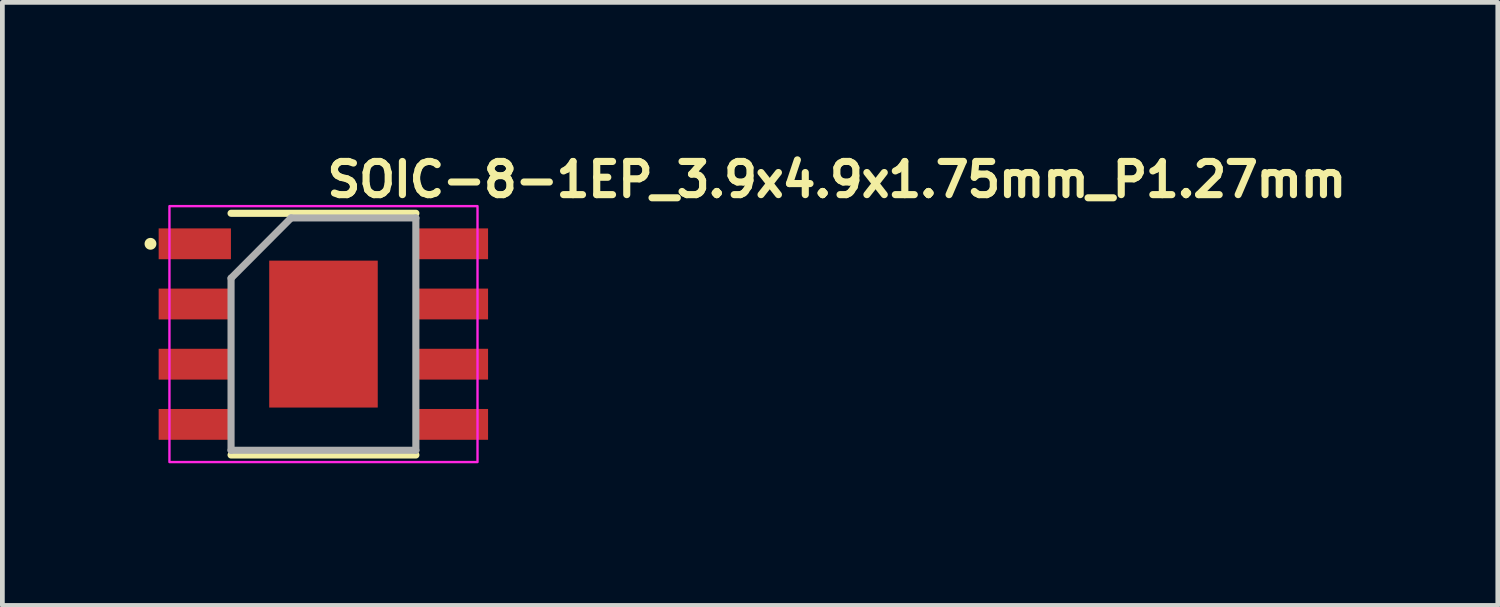
<source format=kicad_pcb>
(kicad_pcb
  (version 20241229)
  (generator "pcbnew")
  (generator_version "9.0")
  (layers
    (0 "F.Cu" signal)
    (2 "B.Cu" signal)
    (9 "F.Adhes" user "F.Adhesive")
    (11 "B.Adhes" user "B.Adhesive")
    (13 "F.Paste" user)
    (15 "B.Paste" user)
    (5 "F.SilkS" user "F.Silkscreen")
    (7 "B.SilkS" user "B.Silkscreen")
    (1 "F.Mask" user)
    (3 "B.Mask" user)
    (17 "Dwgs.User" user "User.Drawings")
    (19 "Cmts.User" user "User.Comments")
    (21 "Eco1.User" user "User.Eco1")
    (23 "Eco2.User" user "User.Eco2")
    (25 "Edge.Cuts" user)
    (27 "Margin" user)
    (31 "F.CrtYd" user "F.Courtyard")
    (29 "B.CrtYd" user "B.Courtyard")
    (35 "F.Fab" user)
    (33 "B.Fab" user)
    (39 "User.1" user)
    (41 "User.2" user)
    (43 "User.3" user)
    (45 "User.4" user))
  (footprint "SOIC-8-1EP_3.9x4.9x1.75mm_P1.27mm"
    (layer "F.Cu")
    (at 3.775 3.999)
    (property "Reference" "SOIC-8-1EP_3.9x4.9x1.75mm_P1.27mm" (at 0 -2.849 0) (layer "F.SilkS") (effects (font (size 0.7 0.7) (thickness 0.15)) (justify left bottom)))
    (attr smd)
    (fp_line (start 1.95 -2.549) (end -1.95 -2.549) (stroke (width 0.15) (type solid)) (layer "F.SilkS"))
    (fp_line (start 1.95 2.551) (end -1.95 2.551) (stroke (width 0.15) (type solid)) (layer "F.SilkS"))
    (fp_circle (center -3.65 -1.905) (end -3.6 -1.905) (stroke (width 0.15) (type solid)) (fill yes) (layer "F.SilkS"))
    (fp_rect (start -3.25 -2.7) (end 3.25 2.7) (stroke (width 0.05) (type solid)) (fill no) (layer "F.CrtYd"))
    (fp_line (start -1.95 -1.179) (end -0.683 -2.451) (stroke (width 0.15) (type solid)) (layer "F.Fab"))
    (fp_line (start -1.95 2.451) (end -1.95 -1.179) (stroke (width 0.15) (type solid)) (layer "F.Fab"))
    (fp_line (start -0.683 -2.451) (end 1.949 -2.451) (stroke (width 0.15) (type solid)) (layer "F.Fab"))
    (fp_line (start 1.949 -2.451) (end 1.949 2.451) (stroke (width 0.15) (type solid)) (layer "F.Fab"))
    (fp_line (start 1.949 2.451) (end -1.95 2.451) (stroke (width 0.15) (type solid)) (layer "F.Fab"))
    (fp_rect (start -3 -2.451) (end 2.999 2.451) (stroke (width 0.1) (type solid)) (fill no) (layer "User.5"))
    (fp_line (start -3 -2.109) (end -2.753 -2.109) (stroke (width 0.02) (type solid)) (layer "User.9"))
    (fp_line (start -3 -1.699) (end -3 -2.109) (stroke (width 0.02) (type solid)) (layer "User.9"))
    (fp_line (start -3 -1.699) (end -2.753 -1.699) (stroke (width 0.02) (type solid)) (layer "User.9"))
    (fp_line (start -3 -0.839) (end -2.753 -0.839) (stroke (width 0.02) (type solid)) (layer "User.9"))
    (fp_line (start -3 -0.429) (end -3 -0.839) (stroke (width 0.02) (type solid)) (layer "User.9"))
    (fp_line (start -3 -0.429) (end -2.753 -0.429) (stroke (width 0.02) (type solid)) (layer "User.9"))
    (fp_line (start -3 0.429) (end -2.753 0.429) (stroke (width 0.02) (type solid)) (layer "User.9"))
    (fp_line (start -3 0.839) (end -3 0.429) (stroke (width 0.02) (type solid)) (layer "User.9"))
    (fp_line (start -3 0.839) (end -2.753 0.839) (stroke (width 0.02) (type solid)) (layer "User.9"))
    (fp_line (start -3 1.7) (end -2.753 1.7) (stroke (width 0.02) (type solid)) (layer "User.9"))
    (fp_line (start -3 2.109) (end -3 1.7) (stroke (width 0.02) (type solid)) (layer "User.9"))
    (fp_line (start -3 2.109) (end -2.753 2.109) (stroke (width 0.02) (type solid)) (layer "User.9"))
    (fp_line (start -2.753 -2.109) (end -2.672 -2.109) (stroke (width 0.02) (type solid)) (layer "User.9"))
    (fp_line (start -2.753 -1.699) (end -2.672 -1.699) (stroke (width 0.02) (type solid)) (layer "User.9"))
    (fp_line (start -2.753 -0.839) (end -2.672 -0.839) (stroke (width 0.02) (type solid)) (layer "User.9"))
    (fp_line (start -2.753 -0.429) (end -2.672 -0.429) (stroke (width 0.02) (type solid)) (layer "User.9"))
    (fp_line (start -2.753 0.429) (end -2.672 0.429) (stroke (width 0.02) (type solid)) (layer "User.9"))
    (fp_line (start -2.753 0.839) (end -2.672 0.839) (stroke (width 0.02) (type solid)) (layer "User.9"))
    (fp_line (start -2.753 1.7) (end -2.672 1.7) (stroke (width 0.02) (type solid)) (layer "User.9"))
    (fp_line (start -2.753 2.109) (end -2.672 2.109) (stroke (width 0.02) (type solid)) (layer "User.9"))
    (fp_line (start -2.672 -2.109) (end -2.145 -2.109) (stroke (width 0.02) (type solid)) (layer "User.9"))
    (fp_line (start -2.672 -1.699) (end -2.145 -1.699) (stroke (width 0.02) (type solid)) (layer "User.9"))
    (fp_line (start -2.672 -0.839) (end -2.145 -0.839) (stroke (width 0.02) (type solid)) (layer "User.9"))
    (fp_line (start -2.672 -0.429) (end -2.145 -0.429) (stroke (width 0.02) (type solid)) (layer "User.9"))
    (fp_line (start -2.672 0.429) (end -2.145 0.429) (stroke (width 0.02) (type solid)) (layer "User.9"))
    (fp_line (start -2.672 0.839) (end -2.145 0.839) (stroke (width 0.02) (type solid)) (layer "User.9"))
    (fp_line (start -2.672 1.7) (end -2.145 1.7) (stroke (width 0.02) (type solid)) (layer "User.9"))
    (fp_line (start -2.672 2.109) (end -2.145 2.109) (stroke (width 0.02) (type solid)) (layer "User.9"))
    (fp_line (start -2.145 -2.109) (end -2.064 -2.109) (stroke (width 0.02) (type solid)) (layer "User.9"))
    (fp_line (start -2.145 -1.699) (end -2.064 -1.699) (stroke (width 0.02) (type solid)) (layer "User.9"))
    (fp_line (start -2.145 -0.839) (end -2.064 -0.839) (stroke (width 0.02) (type solid)) (layer "User.9"))
    (fp_line (start -2.145 -0.429) (end -2.064 -0.429) (stroke (width 0.02) (type solid)) (layer "User.9"))
    (fp_line (start -2.145 0.429) (end -2.064 0.429) (stroke (width 0.02) (type solid)) (layer "User.9"))
    (fp_line (start -2.145 0.839) (end -2.064 0.839) (stroke (width 0.02) (type solid)) (layer "User.9"))
    (fp_line (start -2.145 1.7) (end -2.064 1.7) (stroke (width 0.02) (type solid)) (layer "User.9"))
    (fp_line (start -2.145 2.109) (end -2.064 2.109) (stroke (width 0.02) (type solid)) (layer "User.9"))
    (fp_line (start -2.064 -2.109) (end -1.95 -2.109) (stroke (width 0.02) (type solid)) (layer "User.9"))
    (fp_line (start -2.064 -1.699) (end -1.95 -1.699) (stroke (width 0.02) (type solid)) (layer "User.9"))
    (fp_line (start -2.064 -0.839) (end -1.95 -0.839) (stroke (width 0.02) (type solid)) (layer "User.9"))
    (fp_line (start -2.064 -0.429) (end -1.95 -0.429) (stroke (width 0.02) (type solid)) (layer "User.9"))
    (fp_line (start -2.064 0.429) (end -1.95 0.429) (stroke (width 0.02) (type solid)) (layer "User.9"))
    (fp_line (start -2.064 0.839) (end -1.95 0.839) (stroke (width 0.02) (type solid)) (layer "User.9"))
    (fp_line (start -2.064 1.7) (end -1.95 1.7) (stroke (width 0.02) (type solid)) (layer "User.9"))
    (fp_line (start -2.064 2.109) (end -1.95 2.109) (stroke (width 0.02) (type solid)) (layer "User.9"))
    (fp_line (start -1.95 -2.451) (end -1.859 -2.358) (stroke (width 0.02) (type solid)) (layer "User.9"))
    (fp_line (start -1.95 -2.451) (end 1.949 -2.451) (stroke (width 0.02) (type solid)) (layer "User.9"))
    (fp_line (start -1.95 -1.699) (end -1.95 -2.109) (stroke (width 0.02) (type solid)) (layer "User.9"))
    (fp_line (start -1.95 -0.429) (end -1.95 -0.839) (stroke (width 0.02) (type solid)) (layer "User.9"))
    (fp_line (start -1.95 0.839) (end -1.95 0.429) (stroke (width 0.02) (type solid)) (layer "User.9"))
    (fp_line (start -1.95 2.109) (end -1.95 1.7) (stroke (width 0.02) (type solid)) (layer "User.9"))
    (fp_line (start -1.95 2.451) (end -1.95 -2.451) (stroke (width 0.02) (type solid)) (layer "User.9"))
    (fp_line (start -1.95 2.451) (end -1.859 2.359) (stroke (width 0.02) (type solid)) (layer "User.9"))
    (fp_line (start -1.95 2.451) (end 1.949 2.451) (stroke (width 0.02) (type solid)) (layer "User.9"))
    (fp_line (start -1.859 -2.358) (end -1.809 -2.309) (stroke (width 0.02) (type solid)) (layer "User.9"))
    (fp_line (start -1.859 2.359) (end -1.809 2.308) (stroke (width 0.02) (type solid)) (layer "User.9"))
    (fp_line (start -1.559 -1.84) (end -1.559 -1.828) (stroke (width 0.02) (type solid)) (layer "User.9"))
    (fp_line (start -1.559 -1.828) (end -1.559 -1.814) (stroke (width 0.02) (type solid)) (layer "User.9"))
    (fp_line (start -1.559 -1.814) (end -1.559 -1.814) (stroke (width 0.02) (type solid)) (layer "User.9"))
    (fp_line (start -1.559 -1.814) (end -1.559 -1.802) (stroke (width 0.02) (type solid)) (layer "User.9"))
    (fp_line (start -1.559 -1.802) (end -1.559 -1.791) (stroke (width 0.02) (type solid)) (layer "User.9"))
    (fp_line (start -1.559 -1.791) (end -1.557 -1.777) (stroke (width 0.02) (type solid)) (layer "User.9"))
    (fp_line (start -1.557 -1.852) (end -1.559 -1.84) (stroke (width 0.02) (type solid)) (layer "User.9"))
    (fp_line (start -1.557 -1.777) (end -1.555 -1.765) (stroke (width 0.02) (type solid)) (layer "User.9"))
    (fp_line (start -1.555 -1.864) (end -1.557 -1.852) (stroke (width 0.02) (type solid)) (layer "User.9"))
    (fp_line (start -1.555 -1.765) (end -1.553 -1.755) (stroke (width 0.02) (type solid)) (layer "User.9"))
    (fp_line (start -1.553 -1.876) (end -1.555 -1.864) (stroke (width 0.02) (type solid)) (layer "User.9"))
    (fp_line (start -1.553 -1.755) (end -1.549 -1.743) (stroke (width 0.02) (type solid)) (layer "User.9"))
    (fp_line (start -1.549 -1.888) (end -1.553 -1.876) (stroke (width 0.02) (type solid)) (layer "User.9"))
    (fp_line (start -1.549 -1.743) (end -1.545 -1.731) (stroke (width 0.02) (type solid)) (layer "User.9"))
    (fp_line (start -1.545 -1.898) (end -1.549 -1.888) (stroke (width 0.02) (type solid)) (layer "User.9"))
    (fp_line (start -1.545 -1.731) (end -1.541 -1.721) (stroke (width 0.02) (type solid)) (layer "User.9"))
    (fp_line (start -1.541 -1.91) (end -1.545 -1.898) (stroke (width 0.02) (type solid)) (layer "User.9"))
    (fp_line (start -1.541 -1.721) (end -1.536 -1.709) (stroke (width 0.02) (type solid)) (layer "User.9"))
    (fp_line (start -1.536 -1.921) (end -1.541 -1.91) (stroke (width 0.02) (type solid)) (layer "User.9"))
    (fp_line (start -1.536 -1.709) (end -1.53 -1.699) (stroke (width 0.02) (type solid)) (layer "User.9"))
    (fp_line (start -1.53 -1.931) (end -1.536 -1.921) (stroke (width 0.02) (type solid)) (layer "User.9"))
    (fp_line (start -1.53 -1.699) (end -1.524 -1.689) (stroke (width 0.02) (type solid)) (layer "User.9"))
    (fp_line (start -1.524 -1.941) (end -1.53 -1.931) (stroke (width 0.02) (type solid)) (layer "User.9"))
    (fp_line (start -1.524 -1.689) (end -1.518 -1.679) (stroke (width 0.02) (type solid)) (layer "User.9"))
    (fp_line (start -1.518 -1.951) (end -1.524 -1.941) (stroke (width 0.02) (type solid)) (layer "User.9"))
    (fp_line (start -1.518 -1.679) (end -1.512 -1.669) (stroke (width 0.02) (type solid)) (layer "User.9"))
    (fp_line (start -1.512 -1.961) (end -1.518 -1.951) (stroke (width 0.02) (type solid)) (layer "User.9"))
    (fp_line (start -1.512 -1.669) (end -1.504 -1.66) (stroke (width 0.02) (type solid)) (layer "User.9"))
    (fp_line (start -1.504 -1.971) (end -1.512 -1.961) (stroke (width 0.02) (type solid)) (layer "User.9"))
    (fp_line (start -1.504 -1.66) (end -1.496 -1.652) (stroke (width 0.02) (type solid)) (layer "User.9"))
    (fp_line (start -1.496 -1.979) (end -1.504 -1.971) (stroke (width 0.02) (type solid)) (layer "User.9"))
    (fp_line (start -1.496 -1.652) (end -1.488 -1.642) (stroke (width 0.02) (type solid)) (layer "User.9"))
    (fp_line (start -1.488 -1.987) (end -1.496 -1.979) (stroke (width 0.02) (type solid)) (layer "User.9"))
    (fp_line (start -1.488 -1.642) (end -1.48 -1.634) (stroke (width 0.02) (type solid)) (layer "User.9"))
    (fp_line (start -1.48 -1.995) (end -1.488 -1.987) (stroke (width 0.02) (type solid)) (layer "User.9"))
    (fp_line (start -1.48 -1.634) (end -1.472 -1.626) (stroke (width 0.02) (type solid)) (layer "User.9"))
    (fp_line (start -1.472 -2.003) (end -1.48 -1.995) (stroke (width 0.02) (type solid)) (layer "User.9"))
    (fp_line (start -1.472 -1.626) (end -1.462 -1.62) (stroke (width 0.02) (type solid)) (layer "User.9"))
    (fp_line (start -1.462 -2.011) (end -1.472 -2.003) (stroke (width 0.02) (type solid)) (layer "User.9"))
    (fp_line (start -1.462 -1.62) (end -1.452 -1.612) (stroke (width 0.02) (type solid)) (layer "User.9"))
    (fp_line (start -1.452 -2.018) (end -1.462 -2.011) (stroke (width 0.02) (type solid)) (layer "User.9"))
    (fp_line (start -1.452 -1.612) (end -1.442 -1.606) (stroke (width 0.02) (type solid)) (layer "User.9"))
    (fp_line (start -1.442 -2.023) (end -1.452 -2.018) (stroke (width 0.02) (type solid)) (layer "User.9"))
    (fp_line (start -1.442 -1.606) (end -1.432 -1.6) (stroke (width 0.02) (type solid)) (layer "User.9"))
    (fp_line (start -1.432 -2.03) (end -1.442 -2.023) (stroke (width 0.02) (type solid)) (layer "User.9"))
    (fp_line (start -1.432 -1.6) (end -1.422 -1.596) (stroke (width 0.02) (type solid)) (layer "User.9"))
    (fp_line (start -1.422 -2.035) (end -1.432 -2.03) (stroke (width 0.02) (type solid)) (layer "User.9"))
    (fp_line (start -1.422 -1.596) (end -1.41 -1.59) (stroke (width 0.02) (type solid)) (layer "User.9"))
    (fp_line (start -1.41 -2.039) (end -1.422 -2.035) (stroke (width 0.02) (type solid)) (layer "User.9"))
    (fp_line (start -1.41 -1.59) (end -1.399 -1.586) (stroke (width 0.02) (type solid)) (layer "User.9"))
    (fp_line (start -1.399 -2.043) (end -1.41 -2.039) (stroke (width 0.02) (type solid)) (layer "User.9"))
    (fp_line (start -1.399 -1.586) (end -1.389 -1.582) (stroke (width 0.02) (type solid)) (layer "User.9"))
    (fp_line (start -1.389 -2.047) (end -1.399 -2.043) (stroke (width 0.02) (type solid)) (layer "User.9"))
    (fp_line (start -1.389 -1.582) (end -1.377 -1.578) (stroke (width 0.02) (type solid)) (layer "User.9"))
    (fp_line (start -1.377 -2.052) (end -1.389 -2.047) (stroke (width 0.02) (type solid)) (layer "User.9"))
    (fp_line (start -1.377 -1.578) (end -1.365 -1.576) (stroke (width 0.02) (type solid)) (layer "User.9"))
    (fp_line (start -1.365 -2.053) (end -1.377 -2.052) (stroke (width 0.02) (type solid)) (layer "User.9"))
    (fp_line (start -1.365 -1.576) (end -1.353 -1.574) (stroke (width 0.02) (type solid)) (layer "User.9"))
    (fp_line (start -1.353 -2.056) (end -1.365 -2.053) (stroke (width 0.02) (type solid)) (layer "User.9"))
    (fp_line (start -1.353 -1.574) (end -1.341 -1.572) (stroke (width 0.02) (type solid)) (layer "User.9"))
    (fp_line (start -1.341 -2.057) (end -1.353 -2.056) (stroke (width 0.02) (type solid)) (layer "User.9"))
    (fp_line (start -1.341 -1.572) (end -1.329 -1.572) (stroke (width 0.02) (type solid)) (layer "User.9"))
    (fp_line (start -1.329 -2.059) (end -1.341 -2.057) (stroke (width 0.02) (type solid)) (layer "User.9"))
    (fp_line (start -1.329 -1.572) (end -1.315 -1.572) (stroke (width 0.02) (type solid)) (layer "User.9"))
    (fp_line (start -1.315 -2.059) (end -1.329 -2.059) (stroke (width 0.02) (type solid)) (layer "User.9"))
    (fp_line (start -1.315 -2.059) (end -1.315 -2.059) (stroke (width 0.02) (type solid)) (layer "User.9"))
    (fp_line (start -1.315 -1.572) (end -1.315 -1.572) (stroke (width 0.02) (type solid)) (layer "User.9"))
    (fp_line (start -1.315 -1.572) (end -1.303 -1.572) (stroke (width 0.02) (type solid)) (layer "User.9"))
    (fp_line (start -1.303 -2.059) (end -1.315 -2.059) (stroke (width 0.02) (type solid)) (layer "User.9"))
    (fp_line (start -1.303 -1.572) (end -1.291 -1.572) (stroke (width 0.02) (type solid)) (layer "User.9"))
    (fp_line (start -1.291 -2.057) (end -1.303 -2.059) (stroke (width 0.02) (type solid)) (layer "User.9"))
    (fp_line (start -1.291 -1.572) (end -1.278 -1.574) (stroke (width 0.02) (type solid)) (layer "User.9"))
    (fp_line (start -1.278 -2.056) (end -1.291 -2.057) (stroke (width 0.02) (type solid)) (layer "User.9"))
    (fp_line (start -1.278 -1.574) (end -1.266 -1.576) (stroke (width 0.02) (type solid)) (layer "User.9"))
    (fp_line (start -1.266 -2.053) (end -1.278 -2.056) (stroke (width 0.02) (type solid)) (layer "User.9"))
    (fp_line (start -1.266 -1.576) (end -1.256 -1.578) (stroke (width 0.02) (type solid)) (layer "User.9"))
    (fp_line (start -1.256 -2.052) (end -1.266 -2.053) (stroke (width 0.02) (type solid)) (layer "User.9"))
    (fp_line (start -1.256 -1.578) (end -1.244 -1.582) (stroke (width 0.02) (type solid)) (layer "User.9"))
    (fp_line (start -1.244 -2.047) (end -1.256 -2.052) (stroke (width 0.02) (type solid)) (layer "User.9"))
    (fp_line (start -1.244 -1.582) (end -1.232 -1.586) (stroke (width 0.02) (type solid)) (layer "User.9"))
    (fp_line (start -1.232 -2.043) (end -1.244 -2.047) (stroke (width 0.02) (type solid)) (layer "User.9"))
    (fp_line (start -1.232 -1.586) (end -1.222 -1.59) (stroke (width 0.02) (type solid)) (layer "User.9"))
    (fp_line (start -1.222 -2.039) (end -1.232 -2.043) (stroke (width 0.02) (type solid)) (layer "User.9"))
    (fp_line (start -1.222 -1.59) (end -1.21 -1.596) (stroke (width 0.02) (type solid)) (layer "User.9"))
    (fp_line (start -1.21 -2.035) (end -1.222 -2.039) (stroke (width 0.02) (type solid)) (layer "User.9"))
    (fp_line (start -1.21 -1.596) (end -1.2 -1.6) (stroke (width 0.02) (type solid)) (layer "User.9"))
    (fp_line (start -1.2 -2.03) (end -1.21 -2.035) (stroke (width 0.02) (type solid)) (layer "User.9"))
    (fp_line (start -1.2 -1.6) (end -1.19 -1.606) (stroke (width 0.02) (type solid)) (layer "User.9"))
    (fp_line (start -1.19 -2.023) (end -1.2 -2.03) (stroke (width 0.02) (type solid)) (layer "User.9"))
    (fp_line (start -1.19 -1.606) (end -1.18 -1.612) (stroke (width 0.02) (type solid)) (layer "User.9"))
    (fp_line (start -1.18 -2.018) (end -1.19 -2.023) (stroke (width 0.02) (type solid)) (layer "User.9"))
    (fp_line (start -1.18 -1.612) (end -1.17 -1.62) (stroke (width 0.02) (type solid)) (layer "User.9"))
    (fp_line (start -1.17 -2.011) (end -1.18 -2.018) (stroke (width 0.02) (type solid)) (layer "User.9"))
    (fp_line (start -1.17 -1.62) (end -1.16 -1.626) (stroke (width 0.02) (type solid)) (layer "User.9"))
    (fp_line (start -1.16 -2.003) (end -1.17 -2.011) (stroke (width 0.02) (type solid)) (layer "User.9"))
    (fp_line (start -1.16 -1.626) (end -1.153 -1.634) (stroke (width 0.02) (type solid)) (layer "User.9"))
    (fp_line (start -1.153 -1.995) (end -1.16 -2.003) (stroke (width 0.02) (type solid)) (layer "User.9"))
    (fp_line (start -1.153 -1.634) (end -1.143 -1.642) (stroke (width 0.02) (type solid)) (layer "User.9"))
    (fp_line (start -1.143 -1.987) (end -1.153 -1.995) (stroke (width 0.02) (type solid)) (layer "User.9"))
    (fp_line (start -1.143 -1.642) (end -1.135 -1.652) (stroke (width 0.02) (type solid)) (layer "User.9"))
    (fp_line (start -1.135 -1.979) (end -1.143 -1.987) (stroke (width 0.02) (type solid)) (layer "User.9"))
    (fp_line (start -1.135 -1.652) (end -1.127 -1.66) (stroke (width 0.02) (type solid)) (layer "User.9"))
    (fp_line (start -1.127 -1.971) (end -1.135 -1.979) (stroke (width 0.02) (type solid)) (layer "User.9"))
    (fp_line (start -1.127 -1.66) (end -1.121 -1.669) (stroke (width 0.02) (type solid)) (layer "User.9"))
    (fp_line (start -1.121 -1.961) (end -1.127 -1.971) (stroke (width 0.02) (type solid)) (layer "User.9"))
    (fp_line (start -1.121 -1.669) (end -1.113 -1.679) (stroke (width 0.02) (type solid)) (layer "User.9"))
    (fp_line (start -1.113 -1.951) (end -1.121 -1.961) (stroke (width 0.02) (type solid)) (layer "User.9"))
    (fp_line (start -1.113 -1.679) (end -1.107 -1.689) (stroke (width 0.02) (type solid)) (layer "User.9"))
    (fp_line (start -1.107 -1.941) (end -1.113 -1.951) (stroke (width 0.02) (type solid)) (layer "User.9"))
    (fp_line (start -1.107 -1.689) (end -1.101 -1.699) (stroke (width 0.02) (type solid)) (layer "User.9"))
    (fp_line (start -1.101 -1.931) (end -1.107 -1.941) (stroke (width 0.02) (type solid)) (layer "User.9"))
    (fp_line (start -1.101 -1.699) (end -1.097 -1.709) (stroke (width 0.02) (type solid)) (layer "User.9"))
    (fp_line (start -1.097 -1.921) (end -1.101 -1.931) (stroke (width 0.02) (type solid)) (layer "User.9"))
    (fp_line (start -1.097 -1.709) (end -1.091 -1.721) (stroke (width 0.02) (type solid)) (layer "User.9"))
    (fp_line (start -1.091 -1.91) (end -1.097 -1.921) (stroke (width 0.02) (type solid)) (layer "User.9"))
    (fp_line (start -1.091 -1.721) (end -1.087 -1.731) (stroke (width 0.02) (type solid)) (layer "User.9"))
    (fp_line (start -1.087 -1.898) (end -1.091 -1.91) (stroke (width 0.02) (type solid)) (layer "User.9"))
    (fp_line (start -1.087 -1.731) (end -1.083 -1.743) (stroke (width 0.02) (type solid)) (layer "User.9"))
    (fp_line (start -1.083 -1.888) (end -1.087 -1.898) (stroke (width 0.02) (type solid)) (layer "User.9"))
    (fp_line (start -1.083 -1.743) (end -1.079 -1.755) (stroke (width 0.02) (type solid)) (layer "User.9"))
    (fp_line (start -1.079 -1.876) (end -1.083 -1.888) (stroke (width 0.02) (type solid)) (layer "User.9"))
    (fp_line (start -1.079 -1.755) (end -1.077 -1.765) (stroke (width 0.02) (type solid)) (layer "User.9"))
    (fp_line (start -1.077 -1.864) (end -1.079 -1.876) (stroke (width 0.02) (type solid)) (layer "User.9"))
    (fp_line (start -1.077 -1.765) (end -1.075 -1.777) (stroke (width 0.02) (type solid)) (layer "User.9"))
    (fp_line (start -1.075 -1.852) (end -1.077 -1.864) (stroke (width 0.02) (type solid)) (layer "User.9"))
    (fp_line (start -1.075 -1.777) (end -1.073 -1.791) (stroke (width 0.02) (type solid)) (layer "User.9"))
    (fp_line (start -1.073 -1.84) (end -1.075 -1.852) (stroke (width 0.02) (type solid)) (layer "User.9"))
    (fp_line (start -1.073 -1.828) (end -1.073 -1.84) (stroke (width 0.02) (type solid)) (layer "User.9"))
    (fp_line (start -1.073 -1.814) (end -1.073 -1.828) (stroke (width 0.02) (type solid)) (layer "User.9"))
    (fp_line (start -1.073 -1.814) (end -1.073 -1.814) (stroke (width 0.02) (type solid)) (layer "User.9"))
    (fp_line (start -1.073 -1.814) (end -1.073 -1.814) (stroke (width 0.02) (type solid)) (layer "User.9"))
    (fp_line (start -1.073 -1.802) (end -1.073 -1.814) (stroke (width 0.02) (type solid)) (layer "User.9"))
    (fp_line (start -1.073 -1.791) (end -1.073 -1.802) (stroke (width 0.02) (type solid)) (layer "User.9"))
    (fp_line (start 1.808 -2.309) (end 1.858 -2.358) (stroke (width 0.02) (type solid)) (layer "User.9"))
    (fp_line (start 1.858 2.359) (end 1.808 2.308) (stroke (width 0.02) (type solid)) (layer "User.9"))
    (fp_line (start 1.949 -2.451) (end 1.858 -2.358) (stroke (width 0.02) (type solid)) (layer "User.9"))
    (fp_line (start 1.949 -2.109) (end 2.061 -2.109) (stroke (width 0.02) (type solid)) (layer "User.9"))
    (fp_line (start 1.949 -1.699) (end 1.949 -2.109) (stroke (width 0.02) (type solid)) (layer "User.9"))
    (fp_line (start 1.949 -1.699) (end 2.061 -1.699) (stroke (width 0.02) (type solid)) (layer "User.9"))
    (fp_line (start 1.949 -0.839) (end 2.061 -0.839) (stroke (width 0.02) (type solid)) (layer "User.9"))
    (fp_line (start 1.949 -0.429) (end 1.949 -0.839) (stroke (width 0.02) (type solid)) (layer "User.9"))
    (fp_line (start 1.949 -0.429) (end 2.061 -0.429) (stroke (width 0.02) (type solid)) (layer "User.9"))
    (fp_line (start 1.949 0.429) (end 2.061 0.429) (stroke (width 0.02) (type solid)) (layer "User.9"))
    (fp_line (start 1.949 0.839) (end 1.949 0.429) (stroke (width 0.02) (type solid)) (layer "User.9"))
    (fp_line (start 1.949 0.839) (end 2.061 0.839) (stroke (width 0.02) (type solid)) (layer "User.9"))
    (fp_line (start 1.949 1.7) (end 2.061 1.7) (stroke (width 0.02) (type solid)) (layer "User.9"))
    (fp_line (start 1.949 2.109) (end 1.949 1.7) (stroke (width 0.02) (type solid)) (layer "User.9"))
    (fp_line (start 1.949 2.109) (end 2.061 2.109) (stroke (width 0.02) (type solid)) (layer "User.9"))
    (fp_line (start 1.949 2.451) (end 1.858 2.359) (stroke (width 0.02) (type solid)) (layer "User.9"))
    (fp_line (start 1.949 2.451) (end 1.949 -2.451) (stroke (width 0.02) (type solid)) (layer "User.9"))
    (fp_line (start 2.143 -2.109) (end 2.061 -2.109) (stroke (width 0.02) (type solid)) (layer "User.9"))
    (fp_line (start 2.143 -1.699) (end 2.061 -1.699) (stroke (width 0.02) (type solid)) (layer "User.9"))
    (fp_line (start 2.143 -0.839) (end 2.061 -0.839) (stroke (width 0.02) (type solid)) (layer "User.9"))
    (fp_line (start 2.143 -0.429) (end 2.061 -0.429) (stroke (width 0.02) (type solid)) (layer "User.9"))
    (fp_line (start 2.143 0.429) (end 2.061 0.429) (stroke (width 0.02) (type solid)) (layer "User.9"))
    (fp_line (start 2.143 0.839) (end 2.061 0.839) (stroke (width 0.02) (type solid)) (layer "User.9"))
    (fp_line (start 2.143 1.7) (end 2.061 1.7) (stroke (width 0.02) (type solid)) (layer "User.9"))
    (fp_line (start 2.143 2.109) (end 2.061 2.109) (stroke (width 0.02) (type solid)) (layer "User.9"))
    (fp_line (start 2.669 -2.109) (end 2.143 -2.109) (stroke (width 0.02) (type solid)) (layer "User.9"))
    (fp_line (start 2.669 -1.699) (end 2.143 -1.699) (stroke (width 0.02) (type solid)) (layer "User.9"))
    (fp_line (start 2.669 -0.839) (end 2.143 -0.839) (stroke (width 0.02) (type solid)) (layer "User.9"))
    (fp_line (start 2.669 -0.429) (end 2.143 -0.429) (stroke (width 0.02) (type solid)) (layer "User.9"))
    (fp_line (start 2.669 0.429) (end 2.143 0.429) (stroke (width 0.02) (type solid)) (layer "User.9"))
    (fp_line (start 2.669 0.839) (end 2.143 0.839) (stroke (width 0.02) (type solid)) (layer "User.9"))
    (fp_line (start 2.669 1.7) (end 2.143 1.7) (stroke (width 0.02) (type solid)) (layer "User.9"))
    (fp_line (start 2.669 2.109) (end 2.143 2.109) (stroke (width 0.02) (type solid)) (layer "User.9"))
    (fp_line (start 2.75 -2.109) (end 2.669 -2.109) (stroke (width 0.02) (type solid)) (layer "User.9"))
    (fp_line (start 2.75 -2.109) (end 2.999 -2.109) (stroke (width 0.02) (type solid)) (layer "User.9"))
    (fp_line (start 2.75 -1.699) (end 2.669 -1.699) (stroke (width 0.02) (type solid)) (layer "User.9"))
    (fp_line (start 2.75 -1.699) (end 2.999 -1.699) (stroke (width 0.02) (type solid)) (layer "User.9"))
    (fp_line (start 2.75 -0.839) (end 2.669 -0.839) (stroke (width 0.02) (type solid)) (layer "User.9"))
    (fp_line (start 2.75 -0.839) (end 2.999 -0.839) (stroke (width 0.02) (type solid)) (layer "User.9"))
    (fp_line (start 2.75 -0.429) (end 2.669 -0.429) (stroke (width 0.02) (type solid)) (layer "User.9"))
    (fp_line (start 2.75 -0.429) (end 2.999 -0.429) (stroke (width 0.02) (type solid)) (layer "User.9"))
    (fp_line (start 2.75 0.429) (end 2.669 0.429) (stroke (width 0.02) (type solid)) (layer "User.9"))
    (fp_line (start 2.75 0.429) (end 2.999 0.429) (stroke (width 0.02) (type solid)) (layer "User.9"))
    (fp_line (start 2.75 0.839) (end 2.669 0.839) (stroke (width 0.02) (type solid)) (layer "User.9"))
    (fp_line (start 2.75 0.839) (end 2.999 0.839) (stroke (width 0.02) (type solid)) (layer "User.9"))
    (fp_line (start 2.75 1.7) (end 2.669 1.7) (stroke (width 0.02) (type solid)) (layer "User.9"))
    (fp_line (start 2.75 1.7) (end 2.999 1.7) (stroke (width 0.02) (type solid)) (layer "User.9"))
    (fp_line (start 2.75 2.109) (end 2.669 2.109) (stroke (width 0.02) (type solid)) (layer "User.9"))
    (fp_line (start 2.75 2.109) (end 2.999 2.109) (stroke (width 0.02) (type solid)) (layer "User.9"))
    (fp_line (start 2.999 -1.699) (end 2.999 -2.109) (stroke (width 0.02) (type solid)) (layer "User.9"))
    (fp_line (start 2.999 -0.429) (end 2.999 -0.839) (stroke (width 0.02) (type solid)) (layer "User.9"))
    (fp_line (start 2.999 0.839) (end 2.999 0.429) (stroke (width 0.02) (type solid)) (layer "User.9"))
    (fp_line (start 2.999 2.109) (end 2.999 1.7) (stroke (width 0.02) (type solid)) (layer "User.9"))
    (pad "1" smd rect (at -2.715 -1.905 90) (size 0.65 1.525) (layers "F.Cu" "F.Mask" "F.Paste"))
    (pad "2" smd rect (at -2.715 -0.635 90) (size 0.65 1.525) (layers "F.Cu" "F.Mask" "F.Paste"))
    (pad "3" smd rect (at -2.715 0.635 90) (size 0.65 1.525) (layers "F.Cu" "F.Mask" "F.Paste"))
    (pad "4" smd rect (at -2.715 1.905 90) (size 0.65 1.525) (layers "F.Cu" "F.Mask" "F.Paste"))
    (pad "5" smd rect (at 2.71 1.905 90) (size 0.65 1.525) (layers "F.Cu" "F.Mask" "F.Paste"))
    (pad "6" smd rect (at 2.71 0.635 90) (size 0.65 1.525) (layers "F.Cu" "F.Mask" "F.Paste"))
    (pad "7" smd rect (at 2.71 -0.635 90) (size 0.65 1.525) (layers "F.Cu" "F.Mask" "F.Paste"))
    (pad "8" smd rect (at 2.71 -1.905 90) (size 0.65 1.525) (layers "F.Cu" "F.Mask" "F.Paste"))
    (pad "9" smd rect (at 0 0) (size 2.29 3.1) (layers "F.Cu" "F.Mask" "F.Paste")))
  (gr_rect
    (start -3 -3)
    (end 28.552 9.724)
    (stroke (width 0.1) (type default))
    (fill no)
    (layer "Edge.Cuts")))
</source>
